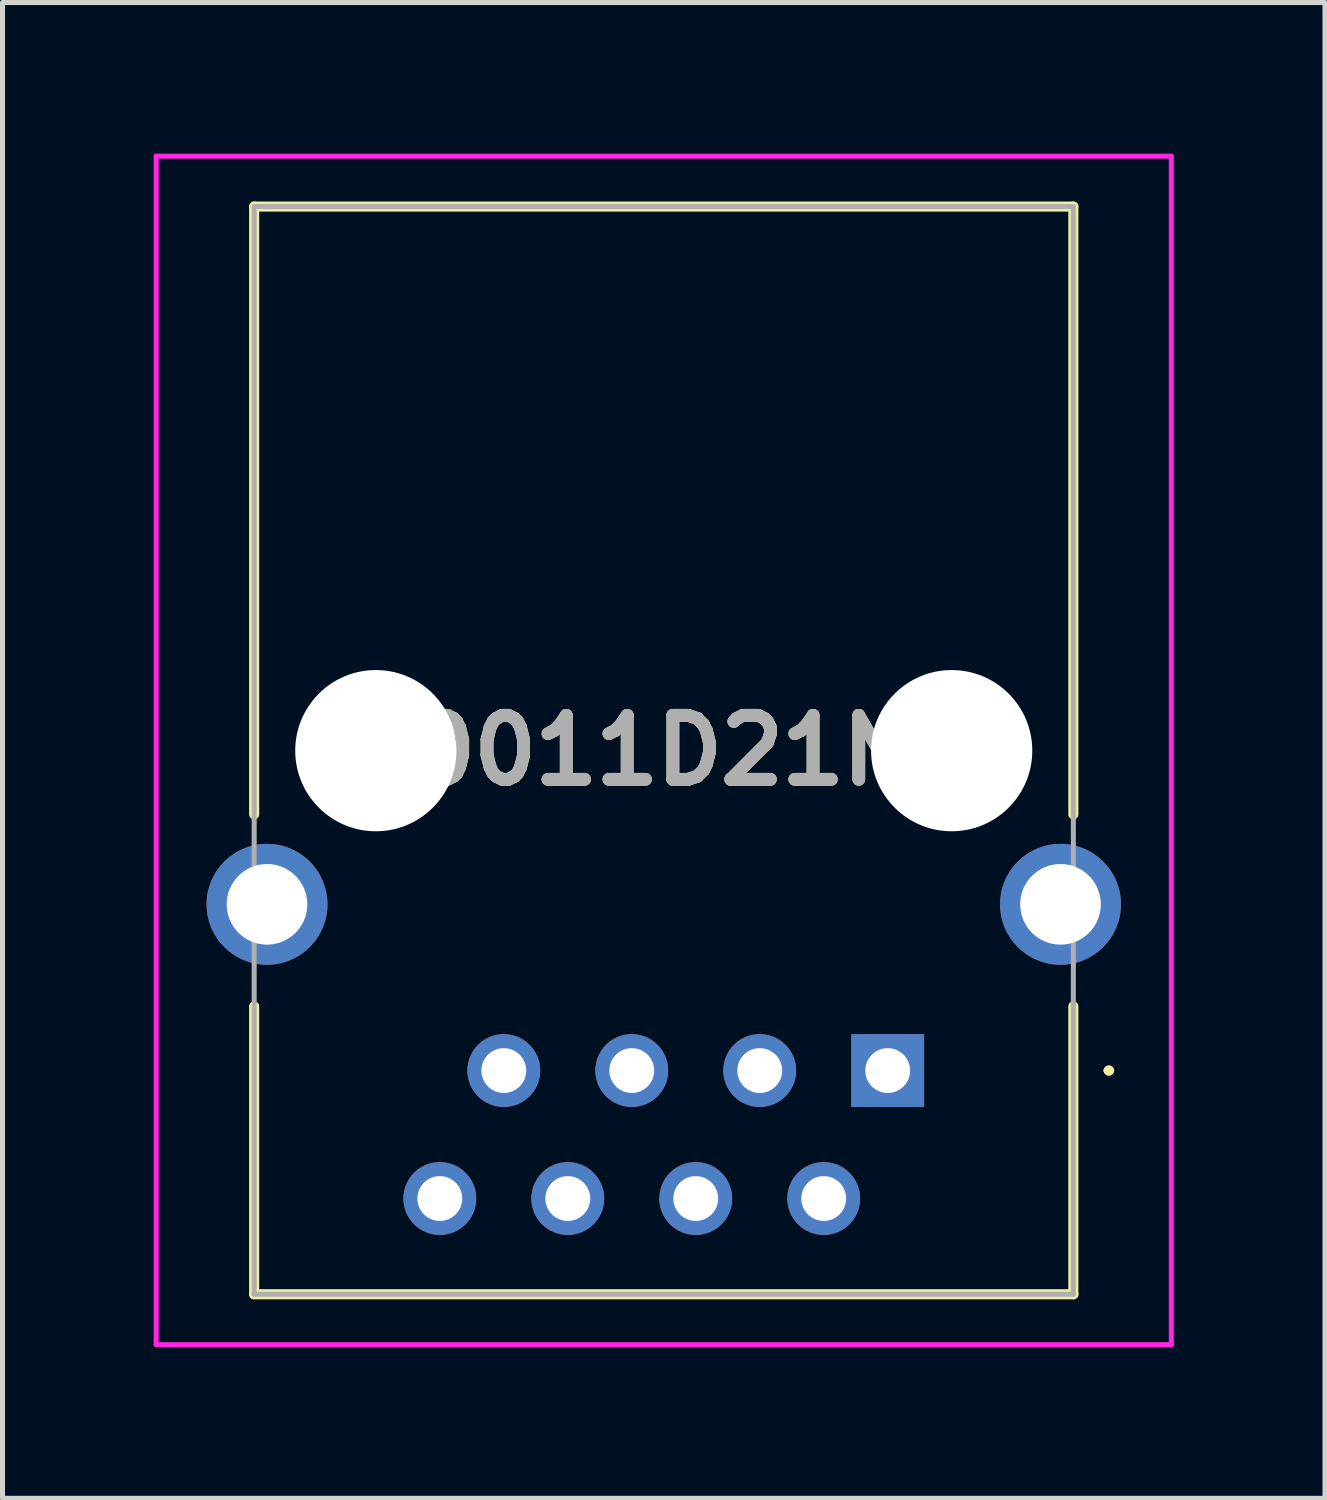
<source format=kicad_pcb>
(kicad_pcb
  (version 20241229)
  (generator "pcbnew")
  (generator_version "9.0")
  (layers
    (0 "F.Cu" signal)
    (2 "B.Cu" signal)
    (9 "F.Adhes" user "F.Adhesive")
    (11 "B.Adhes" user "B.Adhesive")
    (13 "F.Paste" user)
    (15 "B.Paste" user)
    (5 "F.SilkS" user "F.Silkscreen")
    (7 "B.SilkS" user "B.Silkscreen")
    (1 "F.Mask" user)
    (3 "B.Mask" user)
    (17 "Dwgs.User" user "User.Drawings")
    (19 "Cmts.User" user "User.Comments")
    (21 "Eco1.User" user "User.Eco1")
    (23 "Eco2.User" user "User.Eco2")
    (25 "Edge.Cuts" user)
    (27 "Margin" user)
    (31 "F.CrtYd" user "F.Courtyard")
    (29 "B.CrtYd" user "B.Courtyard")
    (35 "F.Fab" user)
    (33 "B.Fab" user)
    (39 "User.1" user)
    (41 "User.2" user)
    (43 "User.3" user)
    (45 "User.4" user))
  (footprint "J0011D21NL"
    (layer "F.Cu")
    (at 14.57 18.2)
    (property "Reference" "J0011D21NL" (at -4.445 -6.355 0) (layer "F.SilkS") (effects (font (size 1.27 1.27) (thickness 0.254))))
    (attr through_hole)
    (fp_line (start -12.575 -17.15) (end 3.685 -17.15) (stroke (width 0.2) (type solid)) (layer "F.SilkS"))
    (fp_line (start -12.575 -5.085) (end -12.575 -17.15) (stroke (width 0.2) (type solid)) (layer "F.SilkS"))
    (fp_line (start -12.575 -1.275) (end -12.575 4.44) (stroke (width 0.2) (type solid)) (layer "F.SilkS"))
    (fp_line (start -12.575 4.44) (end 3.685 4.44) (stroke (width 0.2) (type solid)) (layer "F.SilkS"))
    (fp_line (start 3.685 -17.15) (end 3.685 -5.085) (stroke (width 0.2) (type solid)) (layer "F.SilkS"))
    (fp_line (start 3.685 4.44) (end 3.685 -1.275) (stroke (width 0.2) (type solid)) (layer "F.SilkS"))
    (fp_line (start 4.335 0) (end 4.335 0) (stroke (width 0.1) (type solid)) (layer "F.SilkS"))
    (fp_line (start 4.445 0) (end 4.445 0) (stroke (width 0.1) (type solid)) (layer "F.SilkS"))
    (fp_arc (start 4.335 0) (mid 4.39 -0.055) (end 4.445 0) (stroke (width 0.1) (type solid)) (layer "F.SilkS"))
    (fp_arc (start 4.445 0) (mid 4.39 0.055) (end 4.335 0) (stroke (width 0.1) (type solid)) (layer "F.SilkS"))
    (fp_line (start -14.52 -18.15) (end 5.63 -18.15) (stroke (width 0.1) (type solid)) (layer "F.CrtYd"))
    (fp_line (start -14.52 5.44) (end -14.52 -18.15) (stroke (width 0.1) (type solid)) (layer "F.CrtYd"))
    (fp_line (start 5.63 -18.15) (end 5.63 5.44) (stroke (width 0.1) (type solid)) (layer "F.CrtYd"))
    (fp_line (start 5.63 5.44) (end -14.52 5.44) (stroke (width 0.1) (type solid)) (layer "F.CrtYd"))
    (fp_line (start -12.575 -17.15) (end 3.685 -17.15) (stroke (width 0.1) (type solid)) (layer "F.Fab"))
    (fp_line (start -12.575 4.44) (end -12.575 -17.15) (stroke (width 0.1) (type solid)) (layer "F.Fab"))
    (fp_line (start 3.685 -17.15) (end 3.685 4.44) (stroke (width 0.1) (type solid)) (layer "F.Fab"))
    (fp_line (start 3.685 4.44) (end -12.575 4.44) (stroke (width 0.1) (type solid)) (layer "F.Fab"))
    (fp_text user "${REFERENCE}" (at -4.445 -6.355 0) (layer "F.Fab") (effects (font (size 1.27 1.27) (thickness 0.254))))
    (pad "" np_thru_hole circle (at -10.16 -6.35) (size 3.2 3.2) (drill 3.2) (layers "*.Cu" "*.Mask"))
    (pad "" np_thru_hole circle (at 1.27 -6.35) (size 3.2 3.2) (drill 3.2) (layers "*.Cu" "*.Mask"))
    (pad "1" thru_hole rect (at 0 0) (size 1.446 1.446) (drill 0.89) (layers "*.Cu" "*.Mask"))
    (pad "2" thru_hole circle (at -1.27 2.54) (size 1.446 1.446) (drill 0.89) (layers "*.Cu" "*.Mask"))
    (pad "3" thru_hole circle (at -2.54 0) (size 1.446 1.446) (drill 0.89) (layers "*.Cu" "*.Mask"))
    (pad "4" thru_hole circle (at -3.81 2.54) (size 1.446 1.446) (drill 0.89) (layers "*.Cu" "*.Mask"))
    (pad "5" thru_hole circle (at -5.08 0) (size 1.446 1.446) (drill 0.89) (layers "*.Cu" "*.Mask"))
    (pad "6" thru_hole circle (at -6.35 2.54) (size 1.446 1.446) (drill 0.89) (layers "*.Cu" "*.Mask"))
    (pad "7" thru_hole circle (at -7.62 0) (size 1.446 1.446) (drill 0.89) (layers "*.Cu" "*.Mask"))
    (pad "8" thru_hole circle (at -8.89 2.54) (size 1.446 1.446) (drill 0.89) (layers "*.Cu" "*.Mask"))
    (pad "MH1" thru_hole circle (at 3.43 -3.3) (size 2.4 2.4) (drill 1.6) (layers "*.Cu" "*.Mask"))
    (pad "MH2" thru_hole circle (at -12.32 -3.3) (size 2.4 2.4) (drill 1.6) (layers "*.Cu" "*.Mask")))
  (gr_rect
    (start -3 -3)
    (end 23.25 26.69)
    (stroke (width 0.1) (type default))
    (fill no)
    (layer "Edge.Cuts")))
</source>
